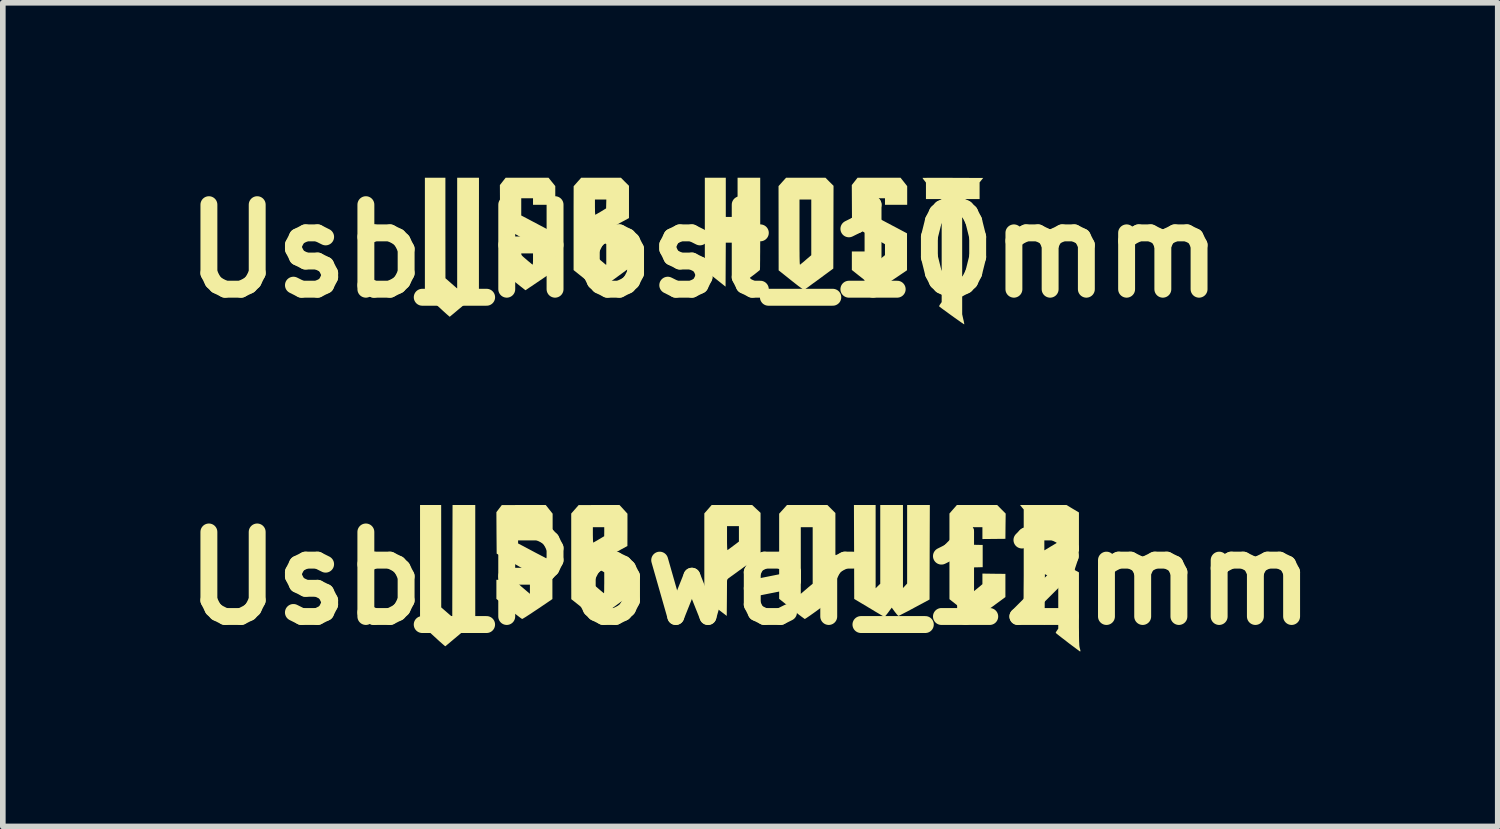
<source format=kicad_pcb>
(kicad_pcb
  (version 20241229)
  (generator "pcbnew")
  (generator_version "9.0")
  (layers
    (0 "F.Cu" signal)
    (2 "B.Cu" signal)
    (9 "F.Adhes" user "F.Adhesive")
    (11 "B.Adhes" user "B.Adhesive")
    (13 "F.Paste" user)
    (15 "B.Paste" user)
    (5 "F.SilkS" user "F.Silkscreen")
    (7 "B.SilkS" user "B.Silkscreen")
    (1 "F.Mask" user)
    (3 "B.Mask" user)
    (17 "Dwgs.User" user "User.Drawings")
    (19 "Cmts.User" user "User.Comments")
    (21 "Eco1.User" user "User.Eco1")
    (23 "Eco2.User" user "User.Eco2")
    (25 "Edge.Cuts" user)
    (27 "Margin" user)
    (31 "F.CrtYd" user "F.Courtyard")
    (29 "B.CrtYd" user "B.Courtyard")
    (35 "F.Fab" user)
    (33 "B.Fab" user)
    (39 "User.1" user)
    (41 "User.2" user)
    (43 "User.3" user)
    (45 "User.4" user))
  (footprint "Usb_Power_12mm"
    (layer "F.Cu")
    (at 10.264 7.212)
    (property "Reference" "Usb_Power_12mm" (at 0 0 0) (layer "F.SilkS") (effects (font (size 1.5 1.5) (thickness 0.3))))
    (attr board_only exclude_from_pos_files exclude_from_bom)
    (fp_poly (pts (xy -5.484 -0.391) (xy -5.484 0.517) (xy -5.386 0.602) (xy -5.288 0.687) (xy -5.286 -0.306) (xy -5.283 -1.3) (xy -5.082 -1.3) (xy -4.88 -1.3) (xy -4.88 -0.271) (xy -4.88 0.759) (xy -5.142 0.982) (xy -5.202 1.032) (xy -5.257 1.078) (xy -5.306 1.119) (xy -5.347 1.154) (xy -5.38 1.181) (xy -5.401 1.199) (xy -5.411 1.207) (xy -5.411 1.207) (xy -5.42 1.201) (xy -5.439 1.185) (xy -5.469 1.159) (xy -5.508 1.125) (xy -5.553 1.084) (xy -5.604 1.037) (xy -5.639 1.005) (xy -5.86 0.801) (xy -5.86 -0.25) (xy -5.86 -1.3) (xy -5.672 -1.3) (xy -5.485 -1.3)) (stroke (width 0) (type solid)) (fill yes) (layer "F.SilkS"))
    (fp_poly (pts (xy 0.108 -1.231) (xy 0.183 -1.161) (xy 0.183 -0.787) (xy 0.183 -0.413) (xy -0.114 -0.197) (xy -0.412 0.019) (xy -0.414 0.343) (xy -0.417 0.668) (xy -0.616 0.516) (xy -0.815 0.365) (xy -0.815 -0.393) (xy -0.815 -0.709) (xy -0.412 -0.709) (xy -0.412 -0.638) (xy -0.411 -0.584) (xy -0.41 -0.545) (xy -0.408 -0.52) (xy -0.406 -0.505) (xy -0.403 -0.5) (xy -0.401 -0.501) (xy -0.389 -0.51) (xy -0.366 -0.527) (xy -0.335 -0.55) (xy -0.299 -0.577) (xy -0.295 -0.58) (xy -0.201 -0.651) (xy -0.201 -0.788) (xy -0.201 -0.925) (xy -0.307 -0.925) (xy -0.412 -0.925) (xy -0.412 -0.709) (xy -0.815 -0.709) (xy -0.815 -1.151) (xy -0.75 -1.225) (xy -0.685 -1.3) (xy -0.326 -1.3) (xy 0.034 -1.3)) (stroke (width 0) (type solid)) (fill yes) (layer "F.SilkS"))
    (fp_poly (pts (xy 1.44 -1.229) (xy 1.511 -1.158) (xy 1.511 -0.412) (xy 1.511 0.334) (xy 1.245 0.529) (xy 1.184 0.574) (xy 1.127 0.615) (xy 1.076 0.651) (xy 1.033 0.681) (xy 0.999 0.704) (xy 0.977 0.718) (xy 0.968 0.723) (xy 0.959 0.717) (xy 0.937 0.701) (xy 0.904 0.677) (xy 0.862 0.645) (xy 0.814 0.607) (xy 0.761 0.564) (xy 0.735 0.543) (xy 0.513 0.365) (xy 0.513 -0.315) (xy 0.897 -0.315) (xy 0.897 0.276) (xy 0.961 0.221) (xy 0.996 0.191) (xy 1.031 0.161) (xy 1.06 0.137) (xy 1.067 0.131) (xy 1.108 0.097) (xy 1.108 -0.405) (xy 1.108 -0.906) (xy 1.003 -0.906) (xy 0.897 -0.906) (xy 0.897 -0.315) (xy 0.513 -0.315) (xy 0.513 -0.391) (xy 0.513 -1.146) (xy 0.583 -1.223) (xy 0.652 -1.3) (xy 1.011 -1.3) (xy 1.369 -1.3)) (stroke (width 0) (type solid)) (fill yes) (layer "F.SilkS"))
    (fp_poly (pts (xy 2.225 -0.561) (xy 2.225 0.178) (xy 2.266 0.137) (xy 2.307 0.097) (xy 2.307 -0.602) (xy 2.307 -1.3) (xy 2.509 -1.3) (xy 2.71 -1.3) (xy 2.71 -0.563) (xy 2.71 0.174) (xy 2.747 0.134) (xy 2.784 0.094) (xy 2.784 -0.603) (xy 2.784 -1.3) (xy 2.985 -1.3) (xy 3.187 -1.3) (xy 3.184 -0.462) (xy 3.182 0.377) (xy 2.912 0.522) (xy 2.847 0.557) (xy 2.787 0.589) (xy 2.734 0.616) (xy 2.69 0.639) (xy 2.657 0.656) (xy 2.636 0.666) (xy 2.63 0.668) (xy 2.621 0.661) (xy 2.603 0.643) (xy 2.581 0.615) (xy 2.565 0.595) (xy 2.511 0.521) (xy 2.45 0.604) (xy 2.425 0.637) (xy 2.403 0.663) (xy 2.388 0.681) (xy 2.382 0.686) (xy 2.373 0.681) (xy 2.35 0.668) (xy 2.315 0.648) (xy 2.27 0.621) (xy 2.217 0.59) (xy 2.158 0.554) (xy 2.111 0.526) (xy 1.845 0.367) (xy 1.843 -0.466) (xy 1.84 -1.3) (xy 2.033 -1.3) (xy 2.225 -1.3)) (stroke (width 0) (type solid)) (fill yes) (layer "F.SilkS"))
    (fp_poly (pts (xy -3.568 -1.223) (xy -3.507 -1.146) (xy -3.507 -0.981) (xy -3.507 -0.815) (xy -3.708 -0.815) (xy -3.91 -0.815) (xy -3.91 -0.87) (xy -3.91 -0.925) (xy -4.015 -0.925) (xy -4.12 -0.925) (xy -4.12 -0.771) (xy -4.12 -0.618) (xy -3.816 -0.457) (xy -3.511 -0.297) (xy -3.511 0.036) (xy -3.511 0.369) (xy -3.772 0.546) (xy -3.834 0.587) (xy -3.892 0.626) (xy -3.943 0.659) (xy -3.986 0.687) (xy -4.019 0.707) (xy -4.04 0.719) (xy -4.047 0.722) (xy -4.057 0.717) (xy -4.08 0.701) (xy -4.113 0.676) (xy -4.155 0.644) (xy -4.204 0.607) (xy -4.258 0.564) (xy -4.283 0.544) (xy -4.505 0.366) (xy -4.505 0.197) (xy -4.505 0.027) (xy -4.313 0.027) (xy -4.12 0.027) (xy -4.12 0.063) (xy -4.12 0.077) (xy -4.116 0.089) (xy -4.108 0.103) (xy -4.092 0.119) (xy -4.068 0.142) (xy -4.032 0.172) (xy -4.015 0.187) (xy -3.91 0.276) (xy -3.91 0.088) (xy -3.91 -0.099) (xy -4.205 -0.268) (xy -4.5 -0.437) (xy -4.503 -0.805) (xy -4.505 -1.173) (xy -4.457 -1.236) (xy -4.409 -1.299) (xy -4.019 -1.3) (xy -3.629 -1.3)) (stroke (width 0) (type solid)) (fill yes) (layer "F.SilkS"))
    (fp_poly (pts (xy 4.457 -1.224) (xy 4.533 -1.148) (xy 4.53 -0.924) (xy 4.528 -0.7) (xy 4.324 -0.698) (xy 4.12 -0.696) (xy 4.12 -0.801) (xy 4.12 -0.906) (xy 4.015 -0.906) (xy 3.91 -0.906) (xy 3.91 -0.751) (xy 3.91 -0.596) (xy 4.017 -0.593) (xy 4.125 -0.591) (xy 4.125 -0.394) (xy 4.125 -0.197) (xy 4.017 -0.194) (xy 3.91 -0.192) (xy 3.91 0.042) (xy 3.91 0.113) (xy 3.91 0.168) (xy 3.911 0.209) (xy 3.912 0.237) (xy 3.914 0.255) (xy 3.916 0.264) (xy 3.92 0.267) (xy 3.924 0.265) (xy 3.926 0.264) (xy 3.94 0.253) (xy 3.964 0.234) (xy 3.995 0.209) (xy 4.03 0.18) (xy 4.032 0.179) (xy 4.12 0.105) (xy 4.12 0.011) (xy 4.12 -0.083) (xy 4.324 -0.08) (xy 4.528 -0.078) (xy 4.528 0.128) (xy 4.528 0.334) (xy 4.294 0.506) (xy 4.235 0.549) (xy 4.179 0.59) (xy 4.129 0.628) (xy 4.085 0.659) (xy 4.051 0.684) (xy 4.029 0.7) (xy 4.024 0.704) (xy 3.987 0.731) (xy 3.761 0.551) (xy 3.535 0.371) (xy 3.535 -0.389) (xy 3.535 -1.149) (xy 3.601 -1.225) (xy 3.667 -1.3) (xy 4.024 -1.3) (xy 4.382 -1.3)) (stroke (width 0) (type solid)) (fill yes) (layer "F.SilkS"))
    (fp_poly (pts (xy -2.249 -1.223) (xy -2.179 -1.146) (xy -2.179 -0.859) (xy -2.18 -0.572) (xy -2.304 -0.505) (xy -2.346 -0.481) (xy -2.381 -0.461) (xy -2.407 -0.445) (xy -2.421 -0.435) (xy -2.423 -0.433) (xy -2.413 -0.427) (xy -2.391 -0.414) (xy -2.359 -0.395) (xy -2.319 -0.373) (xy -2.301 -0.363) (xy -2.184 -0.297) (xy -2.182 0.019) (xy -2.18 0.334) (xy -2.405 0.499) (xy -2.464 0.542) (xy -2.52 0.583) (xy -2.572 0.62) (xy -2.616 0.653) (xy -2.651 0.678) (xy -2.674 0.694) (xy -2.677 0.697) (xy -2.724 0.73) (xy -2.95 0.55) (xy -3.176 0.371) (xy -3.177 -0.065) (xy -2.793 -0.065) (xy -2.793 0.1) (xy -2.696 0.183) (xy -2.661 0.213) (xy -2.631 0.238) (xy -2.609 0.256) (xy -2.597 0.265) (xy -2.596 0.266) (xy -2.594 0.257) (xy -2.593 0.233) (xy -2.592 0.195) (xy -2.592 0.148) (xy -2.591 0.093) (xy -2.591 0.08) (xy -2.591 -0.105) (xy -2.662 -0.149) (xy -2.698 -0.171) (xy -2.732 -0.192) (xy -2.757 -0.208) (xy -2.763 -0.212) (xy -2.793 -0.231) (xy -2.793 -0.065) (xy -3.177 -0.065) (xy -3.177 -0.389) (xy -3.177 -0.768) (xy -2.793 -0.768) (xy -2.792 -0.721) (xy -2.791 -0.681) (xy -2.789 -0.651) (xy -2.787 -0.635) (xy -2.785 -0.633) (xy -2.775 -0.639) (xy -2.752 -0.652) (xy -2.72 -0.67) (xy -2.685 -0.691) (xy -2.592 -0.746) (xy -2.591 -0.826) (xy -2.591 -0.906) (xy -2.692 -0.906) (xy -2.793 -0.906) (xy -2.793 -0.768) (xy -3.177 -0.768) (xy -3.177 -1.149) (xy -3.111 -1.224) (xy -3.045 -1.299) (xy -2.682 -1.3) (xy -2.32 -1.3)) (stroke (width 0) (type solid)) (fill yes) (layer "F.SilkS"))
    (fp_poly (pts (xy 5.722 -1.234) (xy 5.833 -1.168) (xy 5.833 -0.824) (xy 5.833 -0.48) (xy 5.663 -0.383) (xy 5.493 -0.286) (xy 5.663 -0.196) (xy 5.833 -0.105) (xy 5.833 0.541) (xy 5.833 0.669) (xy 5.833 0.779) (xy 5.833 0.874) (xy 5.834 0.955) (xy 5.834 1.022) (xy 5.835 1.077) (xy 5.836 1.122) (xy 5.838 1.158) (xy 5.839 1.185) (xy 5.841 1.206) (xy 5.844 1.221) (xy 5.846 1.232) (xy 5.856 1.269) (xy 5.86 1.29) (xy 5.856 1.299) (xy 5.853 1.299) (xy 5.844 1.294) (xy 5.823 1.278) (xy 5.791 1.255) (xy 5.75 1.224) (xy 5.701 1.188) (xy 5.648 1.148) (xy 5.634 1.137) (xy 5.58 1.095) (xy 5.53 1.057) (xy 5.488 1.024) (xy 5.455 0.998) (xy 5.432 0.979) (xy 5.421 0.969) (xy 5.421 0.968) (xy 5.425 0.956) (xy 5.437 0.936) (xy 5.444 0.927) (xy 5.466 0.893) (xy 5.466 0.472) (xy 5.466 0.05) (xy 5.347 -0.011) (xy 5.229 -0.073) (xy 5.226 0.376) (xy 5.224 0.825) (xy 5.029 0.686) (xy 4.966 0.641) (xy 4.917 0.605) (xy 4.88 0.577) (xy 4.855 0.557) (xy 4.841 0.543) (xy 4.836 0.535) (xy 4.839 0.532) (xy 4.844 0.531) (xy 4.846 0.522) (xy 4.847 0.495) (xy 4.848 0.449) (xy 4.85 0.386) (xy 4.851 0.305) (xy 4.851 0.206) (xy 4.852 0.089) (xy 4.853 -0.045) (xy 4.853 -0.197) (xy 4.853 -0.345) (xy 4.853 -0.705) (xy 5.219 -0.705) (xy 5.219 -0.495) (xy 5.345 -0.571) (xy 5.471 -0.647) (xy 5.474 -0.781) (xy 5.476 -0.916) (xy 5.348 -0.916) (xy 5.219 -0.916) (xy 5.219 -0.705) (xy 4.853 -0.705) (xy 4.853 -1.221) (xy 4.82 -1.26) (xy 4.788 -1.3) (xy 5.2 -1.3) (xy 5.612 -1.3)) (stroke (width 0) (type solid)) (fill yes) (layer "F.SilkS")))
  (footprint "Usb_Host_10mm"
    (layer "F.Cu")
    (at 9.443 1.404)
    (property "Reference" "Usb_Host_10mm" (at 0 0 0) (layer "F.SilkS") (effects (font (size 1.5 1.5) (thickness 0.3))))
    (attr board_only exclude_from_pos_files exclude_from_bom)
    (fp_poly (pts (xy -4.589 -0.408) (xy -4.588 0.484) (xy -4.484 0.575) (xy -4.38 0.666) (xy -4.38 -0.317) (xy -4.38 -1.3) (xy -4.187 -1.3) (xy -3.993 -1.3) (xy -3.994 -0.284) (xy -3.994 0.731) (xy -4.25 0.948) (xy -4.304 0.994) (xy -4.355 1.036) (xy -4.4 1.074) (xy -4.439 1.107) (xy -4.472 1.134) (xy -4.495 1.153) (xy -4.509 1.165) (xy -4.512 1.167) (xy -4.519 1.162) (xy -4.535 1.148) (xy -4.561 1.126) (xy -4.594 1.096) (xy -4.633 1.061) (xy -4.677 1.02) (xy -4.726 0.976) (xy -4.735 0.967) (xy -4.953 0.765) (xy -4.953 -0.268) (xy -4.953 -1.3) (xy -4.771 -1.3) (xy -4.589 -1.3)) (stroke (width 0) (type solid)) (fill yes) (layer "F.SilkS"))
    (fp_poly (pts (xy 3.547 -1.226) (xy 3.606 -1.151) (xy 3.606 -0.986) (xy 3.606 -0.82) (xy 3.409 -0.82) (xy 3.212 -0.82) (xy 3.212 -0.878) (xy 3.212 -0.936) (xy 3.107 -0.936) (xy 3.003 -0.936) (xy 3.003 -0.784) (xy 3.003 -0.631) (xy 3.303 -0.472) (xy 3.603 -0.313) (xy 3.603 0.014) (xy 3.603 0.342) (xy 3.341 0.519) (xy 3.284 0.558) (xy 3.232 0.593) (xy 3.185 0.625) (xy 3.145 0.652) (xy 3.113 0.673) (xy 3.091 0.688) (xy 3.079 0.696) (xy 3.078 0.696) (xy 3.072 0.692) (xy 3.055 0.679) (xy 3.028 0.658) (xy 2.994 0.631) (xy 2.952 0.598) (xy 2.906 0.561) (xy 2.855 0.521) (xy 2.85 0.517) (xy 2.624 0.337) (xy 2.624 0.172) (xy 2.624 0.008) (xy 2.813 0.008) (xy 3.002 0.008) (xy 3.005 0.125) (xy 3.007 0.242) (xy 3.109 0.158) (xy 3.212 0.074) (xy 3.212 -0.023) (xy 3.212 -0.12) (xy 2.92 -0.287) (xy 2.627 -0.453) (xy 2.625 -0.812) (xy 2.623 -1.17) (xy 2.674 -1.235) (xy 2.725 -1.3) (xy 3.106 -1.3) (xy 3.488 -1.3)) (stroke (width 0) (type solid)) (fill yes) (layer "F.SilkS"))
    (fp_poly (pts (xy 2.227 -1.228) (xy 2.299 -1.157) (xy 2.297 -0.422) (xy 2.295 0.312) (xy 2.043 0.497) (xy 1.988 0.538) (xy 1.936 0.575) (xy 1.89 0.609) (xy 1.85 0.639) (xy 1.817 0.662) (xy 1.794 0.679) (xy 1.781 0.688) (xy 1.78 0.689) (xy 1.773 0.688) (xy 1.761 0.682) (xy 1.742 0.67) (xy 1.716 0.651) (xy 1.68 0.625) (xy 1.635 0.59) (xy 1.58 0.547) (xy 1.546 0.52) (xy 1.325 0.344) (xy 1.324 -0.332) (xy 1.695 -0.332) (xy 1.695 -0.22) (xy 1.695 -0.122) (xy 1.695 -0.038) (xy 1.696 0.033) (xy 1.696 0.092) (xy 1.697 0.14) (xy 1.698 0.177) (xy 1.699 0.206) (xy 1.7 0.225) (xy 1.702 0.237) (xy 1.703 0.243) (xy 1.705 0.243) (xy 1.714 0.236) (xy 1.732 0.221) (xy 1.758 0.2) (xy 1.789 0.174) (xy 1.809 0.156) (xy 1.904 0.075) (xy 1.904 -0.419) (xy 1.904 -0.913) (xy 1.799 -0.913) (xy 1.695 -0.913) (xy 1.695 -0.332) (xy 1.324 -0.332) (xy 1.324 -0.403) (xy 1.323 -1.151) (xy 1.39 -1.226) (xy 1.457 -1.3) (xy 1.806 -1.3) (xy 2.156 -1.3)) (stroke (width 0) (type solid)) (fill yes) (layer "F.SilkS"))
    (fp_poly (pts (xy 0.387 -0.952) (xy 0.387 -0.604) (xy 0.491 -0.604) (xy 0.596 -0.604) (xy 0.596 -0.952) (xy 0.596 -1.3) (xy 0.797 -1.3) (xy 0.998 -1.3) (xy 0.998 -0.486) (xy 0.998 -0.375) (xy 0.998 -0.268) (xy 0.998 -0.166) (xy 0.997 -0.071) (xy 0.997 0.016) (xy 0.996 0.096) (xy 0.996 0.165) (xy 0.995 0.225) (xy 0.995 0.273) (xy 0.994 0.308) (xy 0.993 0.33) (xy 0.992 0.337) (xy 0.985 0.344) (xy 0.967 0.358) (xy 0.941 0.379) (xy 0.908 0.405) (xy 0.87 0.434) (xy 0.828 0.465) (xy 0.786 0.498) (xy 0.743 0.53) (xy 0.703 0.56) (xy 0.668 0.586) (xy 0.638 0.609) (xy 0.615 0.625) (xy 0.603 0.633) (xy 0.6 0.635) (xy 0.599 0.627) (xy 0.599 0.606) (xy 0.598 0.572) (xy 0.597 0.526) (xy 0.597 0.472) (xy 0.596 0.408) (xy 0.596 0.339) (xy 0.596 0.264) (xy 0.596 0.244) (xy 0.596 -0.147) (xy 0.492 -0.147) (xy 0.387 -0.147) (xy 0.385 0.243) (xy 0.383 0.633) (xy 0.199 0.486) (xy 0.015 0.339) (xy 0.015 -0.481) (xy 0.015 -1.3) (xy 0.201 -1.3) (xy 0.387 -1.3)) (stroke (width 0) (type solid)) (fill yes) (layer "F.SilkS"))
    (fp_poly (pts (xy 4.191 -1.299) (xy 4.272 -1.299) (xy 4.359 -1.299) (xy 4.419 -1.298) (xy 4.955 -1.296) (xy 4.923 -1.257) (xy 4.891 -1.217) (xy 4.891 -1.069) (xy 4.891 -0.921) (xy 4.736 -0.921) (xy 4.582 -0.921) (xy 4.582 0.101) (xy 4.582 1.123) (xy 4.601 1.209) (xy 4.61 1.247) (xy 4.615 1.273) (xy 4.618 1.289) (xy 4.619 1.297) (xy 4.618 1.3) (xy 4.616 1.3) (xy 4.614 1.3) (xy 4.607 1.296) (xy 4.589 1.283) (xy 4.56 1.264) (xy 4.524 1.238) (xy 4.481 1.208) (xy 4.433 1.174) (xy 4.39 1.143) (xy 4.339 1.106) (xy 4.293 1.072) (xy 4.251 1.042) (xy 4.217 1.017) (xy 4.192 0.997) (xy 4.176 0.985) (xy 4.172 0.98) (xy 4.176 0.971) (xy 4.186 0.953) (xy 4.195 0.94) (xy 4.218 0.907) (xy 4.218 -0.007) (xy 4.218 -0.921) (xy 4.079 -0.921) (xy 3.939 -0.921) (xy 3.939 -1.067) (xy 3.939 -1.214) (xy 3.908 -1.254) (xy 3.892 -1.274) (xy 3.882 -1.29) (xy 3.879 -1.297) (xy 3.887 -1.298) (xy 3.91 -1.298) (xy 3.945 -1.298) (xy 3.992 -1.299) (xy 4.049 -1.299) (xy 4.116 -1.299)) (stroke (width 0) (type solid)) (fill yes) (layer "F.SilkS"))
    (fp_poly (pts (xy -3.14 -1.3) (xy -2.759 -1.3) (xy -2.699 -1.226) (xy -2.639 -1.152) (xy -2.639 -0.986) (xy -2.639 -0.82) (xy -2.836 -0.82) (xy -3.034 -0.82) (xy -3.034 -0.878) (xy -3.034 -0.936) (xy -3.138 -0.936) (xy -3.243 -0.936) (xy -3.243 -0.783) (xy -3.243 -0.63) (xy -2.943 -0.472) (xy -2.643 -0.313) (xy -2.641 0.013) (xy -2.639 0.339) (xy -2.903 0.518) (xy -2.959 0.556) (xy -3.012 0.592) (xy -3.059 0.624) (xy -3.1 0.651) (xy -3.132 0.673) (xy -3.154 0.688) (xy -3.166 0.696) (xy -3.168 0.696) (xy -3.174 0.692) (xy -3.191 0.679) (xy -3.217 0.658) (xy -3.252 0.631) (xy -3.293 0.598) (xy -3.34 0.561) (xy -3.391 0.521) (xy -3.396 0.517) (xy -3.622 0.338) (xy -3.622 0.173) (xy -3.622 0.008) (xy -3.432 0.008) (xy -3.243 0.008) (xy -3.243 0.041) (xy -3.242 0.054) (xy -3.24 0.065) (xy -3.234 0.076) (xy -3.223 0.089) (xy -3.205 0.106) (xy -3.178 0.129) (xy -3.152 0.151) (xy -3.12 0.179) (xy -3.09 0.203) (xy -3.067 0.223) (xy -3.051 0.236) (xy -3.048 0.238) (xy -3.043 0.241) (xy -3.04 0.24) (xy -3.038 0.234) (xy -3.036 0.222) (xy -3.035 0.201) (xy -3.034 0.169) (xy -3.034 0.126) (xy -3.034 0.069) (xy -3.034 0.064) (xy -3.034 -0.12) (xy -3.326 -0.287) (xy -3.618 -0.453) (xy -3.62 -0.812) (xy -3.622 -1.17) (xy -3.571 -1.235) (xy -3.52 -1.3)) (stroke (width 0) (type solid)) (fill yes) (layer "F.SilkS"))
    (fp_poly (pts (xy -1.403 -1.228) (xy -1.331 -1.157) (xy -1.331 -0.871) (xy -1.331 -0.584) (xy -1.451 -0.519) (xy -1.49 -0.498) (xy -1.523 -0.479) (xy -1.55 -0.464) (xy -1.566 -0.453) (xy -1.571 -0.449) (xy -1.565 -0.444) (xy -1.547 -0.433) (xy -1.52 -0.417) (xy -1.486 -0.397) (xy -1.453 -0.378) (xy -1.335 -0.312) (xy -1.333 -0.003) (xy -1.331 0.306) (xy -1.597 0.501) (xy -1.654 0.543) (xy -1.706 0.581) (xy -1.753 0.615) (xy -1.794 0.645) (xy -1.827 0.669) (xy -1.851 0.685) (xy -1.864 0.695) (xy -1.866 0.696) (xy -1.873 0.691) (xy -1.89 0.678) (xy -1.916 0.657) (xy -1.951 0.63) (xy -1.992 0.597) (xy -2.039 0.56) (xy -2.089 0.519) (xy -2.092 0.517) (xy -2.314 0.339) (xy -2.314 -0.249) (xy -1.935 -0.249) (xy -1.934 -0.084) (xy -1.934 0.081) (xy -1.836 0.164) (xy -1.803 0.192) (xy -1.775 0.216) (xy -1.753 0.234) (xy -1.739 0.245) (xy -1.736 0.247) (xy -1.735 0.24) (xy -1.734 0.219) (xy -1.734 0.188) (xy -1.734 0.146) (xy -1.734 0.098) (xy -1.734 0.063) (xy -1.734 -0.122) (xy -1.817 -0.174) (xy -1.85 -0.195) (xy -1.88 -0.214) (xy -1.903 -0.229) (xy -1.917 -0.238) (xy -1.917 -0.238) (xy -1.935 -0.249) (xy -2.314 -0.249) (xy -2.314 -0.405) (xy -2.314 -0.778) (xy -1.935 -0.778) (xy -1.934 -0.734) (xy -1.934 -0.696) (xy -1.932 -0.667) (xy -1.931 -0.648) (xy -1.929 -0.643) (xy -1.921 -0.647) (xy -1.902 -0.657) (xy -1.875 -0.673) (xy -1.842 -0.692) (xy -1.83 -0.699) (xy -1.737 -0.756) (xy -1.735 -0.834) (xy -1.733 -0.913) (xy -1.834 -0.913) (xy -1.935 -0.913) (xy -1.935 -0.778) (xy -2.314 -0.778) (xy -2.313 -1.149) (xy -2.246 -1.225) (xy -2.179 -1.3) (xy -1.826 -1.3) (xy -1.474 -1.3)) (stroke (width 0) (type solid)) (fill yes) (layer "F.SilkS")))
  (gr_rect
    (start -3 -3)
    (end 23.529 11.616)
    (stroke (width 0.1) (type default))
    (fill no)
    (layer "Edge.Cuts")))
</source>
